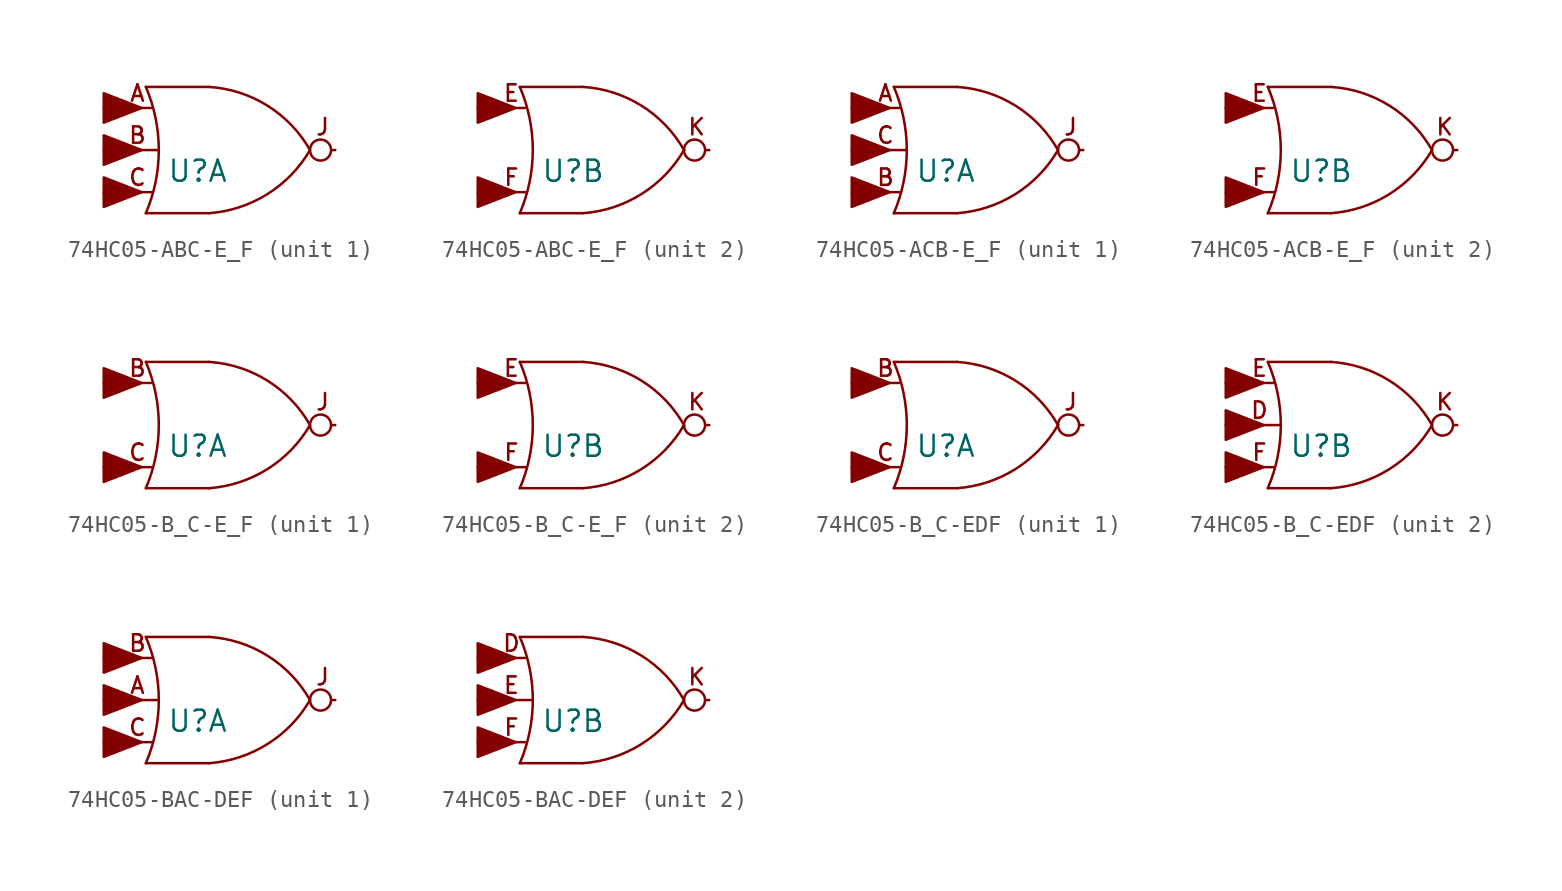
<source format=kicad_sym>
(kicad_symbol_lib
  (version 20211014)
  (generator kicad_symbol_editor)
  (symbol "74HC05-ABC-E_F"
    (pin_numbers hide)
    (pin_names
      (offset 0.381) hide)
    (property "Reference" "U"
      (at -2.54 -1.27 0)
      (effects (font (size 1.27 1.27)) (justify left)))
    (property "Footprint" ""
      (at 2.54 0 0)
      (effects (font (size 1.524 1.524))))
    (property "Datasheet" ""
      (at 2.54 0 0)
      (effects (font (size 1.524 1.524))))
    (property "ki_locked" ""
      (at 0 0 0)
      (effects (font (size 1.27 1.27))))
    (symbol "74HC05-ABC-E_F_0_0"
      (circle (center 6.731 0) (radius 0.635) (stroke (width 0) (type default) (color 0 0 0 0)) (fill (type none))))
    (symbol "74HC05-ABC-E_F_0_1"
      (arc (start -3.81 -3.81) (mid -3.028 0) (end -3.81 3.81) (stroke (width 0) (type default) (color 0 0 0 0)) (fill (type none)))
      (arc (start 0 -3.81) (mid 3.5177 -2.6614) (end 6.096 0) (stroke (width 0) (type default) (color 0 0 0 0)) (fill (type none)))
      (polyline (pts (xy -3.81 3.81) (xy 0 3.81)) (stroke (width 0) (type default) (color 0 0 0 0)) (fill (type none)))
      (polyline (pts (xy 0 -3.81) (xy -3.81 -3.81)) (stroke (width 0) (type default) (color 0 0 0 0)) (fill (type none)))
      (arc (start 6.096 0) (mid 3.5285 2.6786) (end 0 3.81) (stroke (width 0) (type default) (color 0 0 0 0)) (fill (type none)))
      (pin power_in line (at 0 3.81 270) (length 0) hide (name "FAP" (effects (font (size 1.27 1.27)))) (number "14" (effects (font (size 1.27 1.27)))))
      (pin power_in line (at 0 -3.81 90) (length 0) hide (name "0VDCA" (effects (font (size 1.27 1.27)))) (number "7" (effects (font (size 1.27 1.27))))))
    (symbol "74HC05-ABC-E_F_1_0"
      (polyline (pts (xy -4.064 -2.54) (xy -6.35 -1.651) (xy -6.35 -3.429) (xy -4.064 -2.54)) (stroke (width 0) (type default) (color 0 0 0 0)) (fill (type outline)))
      (polyline (pts (xy -4.064 0) (xy -6.35 0.889) (xy -6.35 -0.889) (xy -4.064 0)) (stroke (width 0) (type default) (color 0 0 0 0)) (fill (type outline)))
      (polyline (pts (xy -4.064 2.54) (xy -6.35 3.429) (xy -6.35 1.651) (xy -4.064 2.54)) (stroke (width 0) (type default) (color 0 0 0 0)) (fill (type outline)))
      (text "A" (at -4.318 3.429 0) (effects (font (size 0.991 0.991))))
      (text "B" (at -4.318 0.889 0) (effects (font (size 0.991 0.991))))
      (text "C" (at -4.318 -1.651 0) (effects (font (size 0.991 0.991))))
      (text "J" (at 6.858 1.397 0) (effects (font (size 0.991 0.991)))))
    (symbol "74HC05-ABC-E_F_1_1"
      (pin input line (at -6.35 -2.54 0) (length 2.87) (name "C" (effects (font (size 1.27 1.27)))) (number "1" (effects (font (size 1.27 1.27)))))
      (pin open_collector line (at 7.62 0 180) (length 0.203) (name "J" (effects (font (size 1.524 1.524)))) (number "2" (effects (font (size 1.524 1.524)))))
      (pin input line (at -6.35 0 0) (length 3.302) (name "B" (effects (font (size 1.27 1.27)))) (number "3" (effects (font (size 1.27 1.27)))))
      (pin open_collector line (at 7.62 0 180) (length 0) hide (name "J" (effects (font (size 1.524 1.524)))) (number "4" (effects (font (size 1.524 1.524)))))
      (pin input line (at -6.35 2.54 0) (length 2.87) (name "A" (effects (font (size 1.27 1.27)))) (number "5" (effects (font (size 1.27 1.27)))))
      (pin open_collector line (at 7.62 0 180) (length 0) hide (name "J" (effects (font (size 1.524 1.524)))) (number "6" (effects (font (size 1.524 1.524))))))
    (symbol "74HC05-ABC-E_F_2_0"
      (polyline (pts (xy -4.064 -2.54) (xy -6.35 -1.651) (xy -6.35 -3.429) (xy -4.064 -2.54)) (stroke (width 0) (type default) (color 0 0 0 0)) (fill (type outline)))
      (polyline (pts (xy -4.064 2.54) (xy -6.35 3.429) (xy -6.35 1.651) (xy -4.064 2.54)) (stroke (width 0) (type default) (color 0 0 0 0)) (fill (type outline)))
      (text "E" (at -4.318 3.429 0) (effects (font (size 0.991 0.991))))
      (text "F" (at -4.318 -1.651 0) (effects (font (size 0.991 0.991))))
      (text "K" (at 6.858 1.397 0) (effects (font (size 0.991 0.991)))))
    (symbol "74HC05-ABC-E_F_2_1"
      (pin open_collector line (at 7.62 0 180) (length 0) hide (name "K" (effects (font (size 1.524 1.524)))) (number "10" (effects (font (size 1.524 1.524)))))
      (pin input line (at -6.35 2.54 0) (length 2.87) (name "E" (effects (font (size 1.27 1.27)))) (number "11" (effects (font (size 1.27 1.27)))))
      (pin open_collector line (at 7.62 0 180) (length 0.203) (name "K" (effects (font (size 1.524 1.524)))) (number "12" (effects (font (size 1.524 1.524)))))
      (pin input line (at -6.35 -2.54 0) (length 2.87) (name "F" (effects (font (size 1.27 1.27)))) (number "13" (effects (font (size 1.27 1.27)))))
      (pin no_connect line (at 1.27 -3.81 180) (length 0) hide (name "K" (effects (font (size 1.524 1.524)))) (number "8" (effects (font (size 1.524 1.524)))))
      (pin power_in line (at 0 -3.81 90) (length 0) hide (name "0VDCA" (effects (font (size 1.27 1.27)))) (number "9" (effects (font (size 1.27 1.27)))))))
  (symbol "74HC05-ACB-E_F"
    (pin_numbers hide)
    (pin_names
      (offset 0.381) hide)
    (property "Reference" "U"
      (at -2.54 -1.27 0)
      (effects (font (size 1.27 1.27)) (justify left)))
    (property "Footprint" ""
      (at 2.54 0 0)
      (effects (font (size 1.524 1.524))))
    (property "Datasheet" ""
      (at 2.54 0 0)
      (effects (font (size 1.524 1.524))))
    (property "ki_locked" ""
      (at 0 0 0)
      (effects (font (size 1.27 1.27))))
    (symbol "74HC05-ACB-E_F_0_0"
      (circle (center 6.731 0) (radius 0.635) (stroke (width 0) (type default) (color 0 0 0 0)) (fill (type none))))
    (symbol "74HC05-ACB-E_F_0_1"
      (arc (start -3.81 -3.81) (mid -3.028 0) (end -3.81 3.81) (stroke (width 0) (type default) (color 0 0 0 0)) (fill (type none)))
      (arc (start 0 -3.81) (mid 3.5177 -2.6614) (end 6.096 0) (stroke (width 0) (type default) (color 0 0 0 0)) (fill (type none)))
      (polyline (pts (xy -3.81 3.81) (xy 0 3.81)) (stroke (width 0) (type default) (color 0 0 0 0)) (fill (type none)))
      (polyline (pts (xy 0 -3.81) (xy -3.81 -3.81)) (stroke (width 0) (type default) (color 0 0 0 0)) (fill (type none)))
      (arc (start 6.096 0) (mid 3.5285 2.6786) (end 0 3.81) (stroke (width 0) (type default) (color 0 0 0 0)) (fill (type none)))
      (pin power_in line (at 0 3.81 270) (length 0) hide (name "FAP" (effects (font (size 1.27 1.27)))) (number "14" (effects (font (size 1.27 1.27)))))
      (pin power_in line (at 0 -3.81 90) (length 0) hide (name "0VDCA" (effects (font (size 1.27 1.27)))) (number "7" (effects (font (size 1.27 1.27))))))
    (symbol "74HC05-ACB-E_F_1_0"
      (polyline (pts (xy -4.064 -2.54) (xy -6.35 -1.651) (xy -6.35 -3.429) (xy -4.064 -2.54)) (stroke (width 0) (type default) (color 0 0 0 0)) (fill (type outline)))
      (polyline (pts (xy -4.064 0) (xy -6.35 0.889) (xy -6.35 -0.889) (xy -4.064 0)) (stroke (width 0) (type default) (color 0 0 0 0)) (fill (type outline)))
      (polyline (pts (xy -4.064 2.54) (xy -6.35 3.429) (xy -6.35 1.651) (xy -4.064 2.54)) (stroke (width 0) (type default) (color 0 0 0 0)) (fill (type outline)))
      (text "A" (at -4.318 3.429 0) (effects (font (size 0.991 0.991))))
      (text "B" (at -4.318 -1.651 0) (effects (font (size 0.991 0.991))))
      (text "C" (at -4.318 0.889 0) (effects (font (size 0.991 0.991))))
      (text "J" (at 6.858 1.397 0) (effects (font (size 0.991 0.991)))))
    (symbol "74HC05-ACB-E_F_1_1"
      (pin input line (at -6.35 0 0) (length 3.302) (name "C" (effects (font (size 1.27 1.27)))) (number "1" (effects (font (size 1.27 1.27)))))
      (pin open_collector line (at 7.62 0 180) (length 0.203) (name "J" (effects (font (size 1.524 1.524)))) (number "2" (effects (font (size 1.524 1.524)))))
      (pin input line (at -6.35 -2.54 0) (length 2.87) (name "B" (effects (font (size 1.27 1.27)))) (number "3" (effects (font (size 1.27 1.27)))))
      (pin open_collector line (at 7.62 0 180) (length 0) hide (name "J" (effects (font (size 1.524 1.524)))) (number "4" (effects (font (size 1.524 1.524)))))
      (pin input line (at -6.35 2.54 0) (length 2.87) (name "A" (effects (font (size 1.27 1.27)))) (number "5" (effects (font (size 1.27 1.27)))))
      (pin open_collector line (at 7.62 0 180) (length 0) hide (name "J" (effects (font (size 1.524 1.524)))) (number "6" (effects (font (size 1.524 1.524))))))
    (symbol "74HC05-ACB-E_F_2_0"
      (polyline (pts (xy -4.064 -2.54) (xy -6.35 -1.651) (xy -6.35 -3.429) (xy -4.064 -2.54)) (stroke (width 0) (type default) (color 0 0 0 0)) (fill (type outline)))
      (polyline (pts (xy -4.064 2.54) (xy -6.35 3.429) (xy -6.35 1.651) (xy -4.064 2.54)) (stroke (width 0) (type default) (color 0 0 0 0)) (fill (type outline)))
      (text "E" (at -4.318 3.429 0) (effects (font (size 0.991 0.991))))
      (text "F" (at -4.318 -1.651 0) (effects (font (size 0.991 0.991))))
      (text "K" (at 6.858 1.397 0) (effects (font (size 0.991 0.991)))))
    (symbol "74HC05-ACB-E_F_2_1"
      (pin open_collector line (at 7.62 0 180) (length 0) hide (name "K" (effects (font (size 1.524 1.524)))) (number "10" (effects (font (size 1.524 1.524)))))
      (pin input line (at -6.35 2.54 0) (length 2.87) (name "E" (effects (font (size 1.27 1.27)))) (number "11" (effects (font (size 1.27 1.27)))))
      (pin open_collector line (at 7.62 0 180) (length 0.203) (name "K" (effects (font (size 1.524 1.524)))) (number "12" (effects (font (size 1.524 1.524)))))
      (pin input line (at -6.35 -2.54 0) (length 2.87) (name "F" (effects (font (size 1.27 1.27)))) (number "13" (effects (font (size 1.27 1.27)))))
      (pin no_connect line (at 1.27 -3.81 180) (length 0) hide (name "K" (effects (font (size 1.524 1.524)))) (number "8" (effects (font (size 1.524 1.524)))))
      (pin power_in line (at 0 -3.81 90) (length 0) hide (name "0VDCA" (effects (font (size 1.27 1.27)))) (number "9" (effects (font (size 1.27 1.27)))))))
  (symbol "74HC05-B_C-E_F"
    (pin_numbers hide)
    (pin_names
      (offset 0.381) hide)
    (property "Reference" "U"
      (at -2.54 -1.27 0)
      (effects (font (size 1.27 1.27)) (justify left)))
    (property "Footprint" ""
      (at 2.54 0 0)
      (effects (font (size 1.524 1.524))))
    (property "Datasheet" ""
      (at 2.54 0 0)
      (effects (font (size 1.524 1.524))))
    (property "ki_locked" ""
      (at 0 0 0)
      (effects (font (size 1.27 1.27))))
    (symbol "74HC05-B_C-E_F_0_0"
      (circle (center 6.731 0) (radius 0.635) (stroke (width 0) (type default) (color 0 0 0 0)) (fill (type none))))
    (symbol "74HC05-B_C-E_F_0_1"
      (arc (start -3.81 -3.81) (mid -3.028 0) (end -3.81 3.81) (stroke (width 0) (type default) (color 0 0 0 0)) (fill (type none)))
      (arc (start 0 -3.81) (mid 3.5177 -2.6614) (end 6.096 0) (stroke (width 0) (type default) (color 0 0 0 0)) (fill (type none)))
      (polyline (pts (xy -3.81 3.81) (xy 0 3.81)) (stroke (width 0) (type default) (color 0 0 0 0)) (fill (type none)))
      (polyline (pts (xy 0 -3.81) (xy -3.81 -3.81)) (stroke (width 0) (type default) (color 0 0 0 0)) (fill (type none)))
      (arc (start 6.096 0) (mid 3.5285 2.6786) (end 0 3.81) (stroke (width 0) (type default) (color 0 0 0 0)) (fill (type none)))
      (pin power_in line (at 0 3.81 270) (length 0) hide (name "FAP" (effects (font (size 1.27 1.27)))) (number "14" (effects (font (size 1.27 1.27)))))
      (pin power_in line (at 0 -3.81 90) (length 0) hide (name "0VDCA" (effects (font (size 1.27 1.27)))) (number "7" (effects (font (size 1.27 1.27))))))
    (symbol "74HC05-B_C-E_F_1_0"
      (polyline (pts (xy -4.064 -2.54) (xy -6.35 -1.651) (xy -6.35 -3.429) (xy -4.064 -2.54)) (stroke (width 0) (type default) (color 0 0 0 0)) (fill (type outline)))
      (polyline (pts (xy -4.064 2.54) (xy -6.35 3.429) (xy -6.35 1.651) (xy -4.064 2.54)) (stroke (width 0) (type default) (color 0 0 0 0)) (fill (type outline)))
      (text "B" (at -4.318 3.429 0) (effects (font (size 0.991 0.991))))
      (text "C" (at -4.318 -1.651 0) (effects (font (size 0.991 0.991))))
      (text "J" (at 6.858 1.397 0) (effects (font (size 0.991 0.991)))))
    (symbol "74HC05-B_C-E_F_1_1"
      (pin input line (at -6.35 -2.54 0) (length 2.87) (name "C" (effects (font (size 1.27 1.27)))) (number "1" (effects (font (size 1.27 1.27)))))
      (pin open_collector line (at 7.62 0 180) (length 0) hide (name "J" (effects (font (size 1.524 1.524)))) (number "2" (effects (font (size 1.524 1.524)))))
      (pin input line (at -6.35 2.54 0) (length 2.87) (name "B" (effects (font (size 1.27 1.27)))) (number "3" (effects (font (size 1.27 1.27)))))
      (pin open_collector line (at 7.62 0 180) (length 0.203) (name "J" (effects (font (size 1.524 1.524)))) (number "4" (effects (font (size 1.524 1.524)))))
      (pin power_in line (at 0 -3.81 90) (length 0) hide (name "0VDCA" (effects (font (size 1.27 1.27)))) (number "5" (effects (font (size 1.27 1.27)))))
      (pin no_connect line (at 1.27 -3.81 180) (length 0) hide (name "J" (effects (font (size 1.524 1.524)))) (number "6" (effects (font (size 1.524 1.524))))))
    (symbol "74HC05-B_C-E_F_2_0"
      (polyline (pts (xy -4.064 -2.54) (xy -6.35 -1.651) (xy -6.35 -3.429) (xy -4.064 -2.54)) (stroke (width 0) (type default) (color 0 0 0 0)) (fill (type outline)))
      (polyline (pts (xy -4.064 2.54) (xy -6.35 3.429) (xy -6.35 1.651) (xy -4.064 2.54)) (stroke (width 0) (type default) (color 0 0 0 0)) (fill (type outline)))
      (text "E" (at -4.318 3.429 0) (effects (font (size 0.991 0.991))))
      (text "F" (at -4.318 -1.651 0) (effects (font (size 0.991 0.991))))
      (text "K" (at 6.858 1.397 0) (effects (font (size 0.991 0.991)))))
    (symbol "74HC05-B_C-E_F_2_1"
      (pin open_collector line (at 7.62 0 180) (length 0) hide (name "K" (effects (font (size 1.524 1.524)))) (number "10" (effects (font (size 1.524 1.524)))))
      (pin input line (at -6.35 2.54 0) (length 2.87) (name "E" (effects (font (size 1.27 1.27)))) (number "11" (effects (font (size 1.27 1.27)))))
      (pin open_collector line (at 7.62 0 180) (length 0.203) (name "K" (effects (font (size 1.524 1.524)))) (number "12" (effects (font (size 1.524 1.524)))))
      (pin input line (at -6.35 -2.54 0) (length 2.87) (name "F" (effects (font (size 1.27 1.27)))) (number "13" (effects (font (size 1.27 1.27)))))
      (pin no_connect line (at 1.27 -3.81 180) (length 0) hide (name "K" (effects (font (size 1.524 1.524)))) (number "8" (effects (font (size 1.524 1.524)))))
      (pin power_in line (at 0 -3.81 90) (length 0) hide (name "0VDCA" (effects (font (size 1.27 1.27)))) (number "9" (effects (font (size 1.27 1.27)))))))
  (symbol "74HC05-B_C-EDF"
    (pin_numbers hide)
    (pin_names
      (offset 0.381) hide)
    (property "Reference" "U"
      (at -2.54 -1.27 0)
      (effects (font (size 1.27 1.27)) (justify left)))
    (property "Footprint" ""
      (at 2.54 0 0)
      (effects (font (size 1.524 1.524))))
    (property "Datasheet" ""
      (at 2.54 0 0)
      (effects (font (size 1.524 1.524))))
    (property "ki_locked" ""
      (at 0 0 0)
      (effects (font (size 1.27 1.27))))
    (symbol "74HC05-B_C-EDF_0_0"
      (circle (center 6.731 0) (radius 0.635) (stroke (width 0) (type default) (color 0 0 0 0)) (fill (type none))))
    (symbol "74HC05-B_C-EDF_0_1"
      (arc (start -3.81 -3.81) (mid -3.028 0) (end -3.81 3.81) (stroke (width 0) (type default) (color 0 0 0 0)) (fill (type none)))
      (arc (start 0 -3.81) (mid 3.5177 -2.6614) (end 6.096 0) (stroke (width 0) (type default) (color 0 0 0 0)) (fill (type none)))
      (polyline (pts (xy -3.81 3.81) (xy 0 3.81)) (stroke (width 0) (type default) (color 0 0 0 0)) (fill (type none)))
      (polyline (pts (xy 0 -3.81) (xy -3.81 -3.81)) (stroke (width 0) (type default) (color 0 0 0 0)) (fill (type none)))
      (arc (start 6.096 0) (mid 3.5285 2.6786) (end 0 3.81) (stroke (width 0) (type default) (color 0 0 0 0)) (fill (type none)))
      (pin power_in line (at 0 3.81 270) (length 0) hide (name "FAP" (effects (font (size 1.27 1.27)))) (number "14" (effects (font (size 1.27 1.27)))))
      (pin power_in line (at 0 -3.81 90) (length 0) hide (name "0VDCA" (effects (font (size 1.27 1.27)))) (number "7" (effects (font (size 1.27 1.27))))))
    (symbol "74HC05-B_C-EDF_1_0"
      (polyline (pts (xy -4.064 -2.54) (xy -6.35 -1.651) (xy -6.35 -3.429) (xy -4.064 -2.54)) (stroke (width 0) (type default) (color 0 0 0 0)) (fill (type outline)))
      (polyline (pts (xy -4.064 2.54) (xy -6.35 3.429) (xy -6.35 1.651) (xy -4.064 2.54)) (stroke (width 0) (type default) (color 0 0 0 0)) (fill (type outline)))
      (text "B" (at -4.318 3.429 0) (effects (font (size 0.991 0.991))))
      (text "C" (at -4.318 -1.651 0) (effects (font (size 0.991 0.991))))
      (text "J" (at 6.858 1.397 0) (effects (font (size 0.991 0.991)))))
    (symbol "74HC05-B_C-EDF_1_1"
      (pin input line (at -6.35 -2.54 0) (length 2.87) (name "C" (effects (font (size 1.27 1.27)))) (number "1" (effects (font (size 1.27 1.27)))))
      (pin open_collector line (at 7.62 0 180) (length 0.203) (name "J" (effects (font (size 1.524 1.524)))) (number "2" (effects (font (size 1.524 1.524)))))
      (pin input line (at -6.35 2.54 0) (length 2.87) (name "B" (effects (font (size 1.27 1.27)))) (number "3" (effects (font (size 1.27 1.27)))))
      (pin open_collector line (at 7.62 0 180) (length 0) hide (name "J" (effects (font (size 1.524 1.524)))) (number "4" (effects (font (size 1.524 1.524)))))
      (pin power_in line (at 0 -3.81 90) (length 0) hide (name "0VDCA" (effects (font (size 1.27 1.27)))) (number "5" (effects (font (size 1.27 1.27)))))
      (pin no_connect line (at 1.27 -3.81 180) (length 0) hide (name "J" (effects (font (size 1.524 1.524)))) (number "6" (effects (font (size 1.524 1.524))))))
    (symbol "74HC05-B_C-EDF_2_0"
      (polyline (pts (xy -4.064 -2.54) (xy -6.35 -1.651) (xy -6.35 -3.429) (xy -4.064 -2.54)) (stroke (width 0) (type default) (color 0 0 0 0)) (fill (type outline)))
      (polyline (pts (xy -4.064 0) (xy -6.35 0.889) (xy -6.35 -0.889) (xy -4.064 0)) (stroke (width 0) (type default) (color 0 0 0 0)) (fill (type outline)))
      (polyline (pts (xy -4.064 2.54) (xy -6.35 3.429) (xy -6.35 1.651) (xy -4.064 2.54)) (stroke (width 0) (type default) (color 0 0 0 0)) (fill (type outline)))
      (text "D" (at -4.318 0.889 0) (effects (font (size 0.991 0.991))))
      (text "E" (at -4.318 3.429 0) (effects (font (size 0.991 0.991))))
      (text "F" (at -4.318 -1.651 0) (effects (font (size 0.991 0.991))))
      (text "K" (at 6.858 1.397 0) (effects (font (size 0.991 0.991)))))
    (symbol "74HC05-B_C-EDF_2_1"
      (pin open_collector line (at 7.62 0 180) (length 0) hide (name "K" (effects (font (size 1.524 1.524)))) (number "10" (effects (font (size 1.524 1.524)))))
      (pin input line (at -6.35 2.54 0) (length 2.87) (name "E" (effects (font (size 1.27 1.27)))) (number "11" (effects (font (size 1.27 1.27)))))
      (pin open_collector line (at 7.62 0 180) (length 0.203) (name "K" (effects (font (size 1.524 1.524)))) (number "12" (effects (font (size 1.524 1.524)))))
      (pin input line (at -6.35 -2.54 0) (length 2.87) (name "F" (effects (font (size 1.27 1.27)))) (number "13" (effects (font (size 1.27 1.27)))))
      (pin open_collector line (at 7.62 0 180) (length 0) hide (name "K" (effects (font (size 1.524 1.524)))) (number "8" (effects (font (size 1.524 1.524)))))
      (pin input line (at -6.35 0 0) (length 3.302) (name "D" (effects (font (size 1.27 1.27)))) (number "9" (effects (font (size 1.27 1.27)))))))
  (symbol "74HC05-BAC-DEF"
    (pin_numbers hide)
    (pin_names
      (offset 0.381) hide)
    (property "Reference" "U"
      (at -2.54 -1.27 0)
      (effects (font (size 1.27 1.27)) (justify left)))
    (property "Footprint" ""
      (at 2.54 0 0)
      (effects (font (size 1.524 1.524))))
    (property "Datasheet" ""
      (at 2.54 0 0)
      (effects (font (size 1.524 1.524))))
    (property "ki_locked" ""
      (at 0 0 0)
      (effects (font (size 1.27 1.27))))
    (symbol "74HC05-BAC-DEF_0_0"
      (polyline (pts (xy -4.064 -2.54) (xy -6.35 -1.651) (xy -6.35 -3.429) (xy -4.064 -2.54)) (stroke (width 0) (type default) (color 0 0 0 0)) (fill (type outline)))
      (polyline (pts (xy -4.064 0) (xy -6.35 0.889) (xy -6.35 -0.889) (xy -4.064 0)) (stroke (width 0) (type default) (color 0 0 0 0)) (fill (type outline)))
      (polyline (pts (xy -4.064 2.54) (xy -6.35 3.429) (xy -6.35 1.651) (xy -4.064 2.54)) (stroke (width 0) (type default) (color 0 0 0 0)) (fill (type outline)))
      (circle (center 6.731 0) (radius 0.635) (stroke (width 0) (type default) (color 0 0 0 0)) (fill (type none))))
    (symbol "74HC05-BAC-DEF_0_1"
      (arc (start -3.81 -3.81) (mid -3.028 0) (end -3.81 3.81) (stroke (width 0) (type default) (color 0 0 0 0)) (fill (type none)))
      (arc (start 0 -3.81) (mid 3.5177 -2.6614) (end 6.096 0) (stroke (width 0) (type default) (color 0 0 0 0)) (fill (type none)))
      (polyline (pts (xy -3.81 3.81) (xy 0 3.81)) (stroke (width 0) (type default) (color 0 0 0 0)) (fill (type none)))
      (polyline (pts (xy 0 -3.81) (xy -3.81 -3.81)) (stroke (width 0) (type default) (color 0 0 0 0)) (fill (type none)))
      (arc (start 6.096 0) (mid 3.5285 2.6786) (end 0 3.81) (stroke (width 0) (type default) (color 0 0 0 0)) (fill (type none)))
      (pin power_in line (at 0 3.81 270) (length 0) hide (name "FAP" (effects (font (size 1.27 1.27)))) (number "14" (effects (font (size 1.27 1.27)))))
      (pin power_in line (at 0 -3.81 90) (length 0) hide (name "0VDCA" (effects (font (size 1.27 1.27)))) (number "7" (effects (font (size 1.27 1.27))))))
    (symbol "74HC05-BAC-DEF_1_0"
      (text "A" (at -4.318 0.889 0) (effects (font (size 0.991 0.991))))
      (text "B" (at -4.318 3.429 0) (effects (font (size 0.991 0.991))))
      (text "C" (at -4.318 -1.651 0) (effects (font (size 0.991 0.991))))
      (text "J" (at 6.858 1.397 0) (effects (font (size 0.991 0.991)))))
    (symbol "74HC05-BAC-DEF_1_1"
      (pin input line (at -6.35 -2.54 0) (length 2.87) (name "C" (effects (font (size 1.27 1.27)))) (number "1" (effects (font (size 1.27 1.27)))))
      (pin open_collector line (at 7.62 0 180) (length 0.203) (name "J" (effects (font (size 1.524 1.524)))) (number "2" (effects (font (size 1.524 1.524)))))
      (pin input line (at -6.35 2.54 0) (length 2.87) (name "B" (effects (font (size 1.27 1.27)))) (number "3" (effects (font (size 1.27 1.27)))))
      (pin open_collector line (at 7.62 0 180) (length 0) hide (name "J" (effects (font (size 1.524 1.524)))) (number "4" (effects (font (size 1.524 1.524)))))
      (pin input line (at -6.35 0 0) (length 3.302) (name "A" (effects (font (size 1.27 1.27)))) (number "5" (effects (font (size 1.27 1.27)))))
      (pin open_collector line (at 7.62 0 180) (length 0) hide (name "J" (effects (font (size 1.524 1.524)))) (number "6" (effects (font (size 1.524 1.524))))))
    (symbol "74HC05-BAC-DEF_2_0"
      (text "D" (at -4.318 3.429 0) (effects (font (size 0.991 0.991))))
      (text "E" (at -4.318 0.889 0) (effects (font (size 0.991 0.991))))
      (text "F" (at -4.318 -1.651 0) (effects (font (size 0.991 0.991))))
      (text "K" (at 6.858 1.397 0) (effects (font (size 0.991 0.991)))))
    (symbol "74HC05-BAC-DEF_2_1"
      (pin open_collector line (at 7.62 0 180) (length 0) hide (name "K" (effects (font (size 1.524 1.524)))) (number "10" (effects (font (size 1.524 1.524)))))
      (pin input line (at -6.35 0 0) (length 3.302) (name "E" (effects (font (size 1.27 1.27)))) (number "11" (effects (font (size 1.27 1.27)))))
      (pin open_collector line (at 7.62 0 180) (length 0.203) (name "K" (effects (font (size 1.524 1.524)))) (number "12" (effects (font (size 1.524 1.524)))))
      (pin input line (at -6.35 -2.54 0) (length 2.87) (name "F" (effects (font (size 1.27 1.27)))) (number "13" (effects (font (size 1.27 1.27)))))
      (pin open_collector line (at 7.62 0 180) (length 0) hide (name "K" (effects (font (size 1.524 1.524)))) (number "8" (effects (font (size 1.524 1.524)))))
      (pin input line (at -6.35 2.54 0) (length 2.87) (name "D" (effects (font (size 1.27 1.27)))) (number "9" (effects (font (size 1.27 1.27))))))))
</source>
